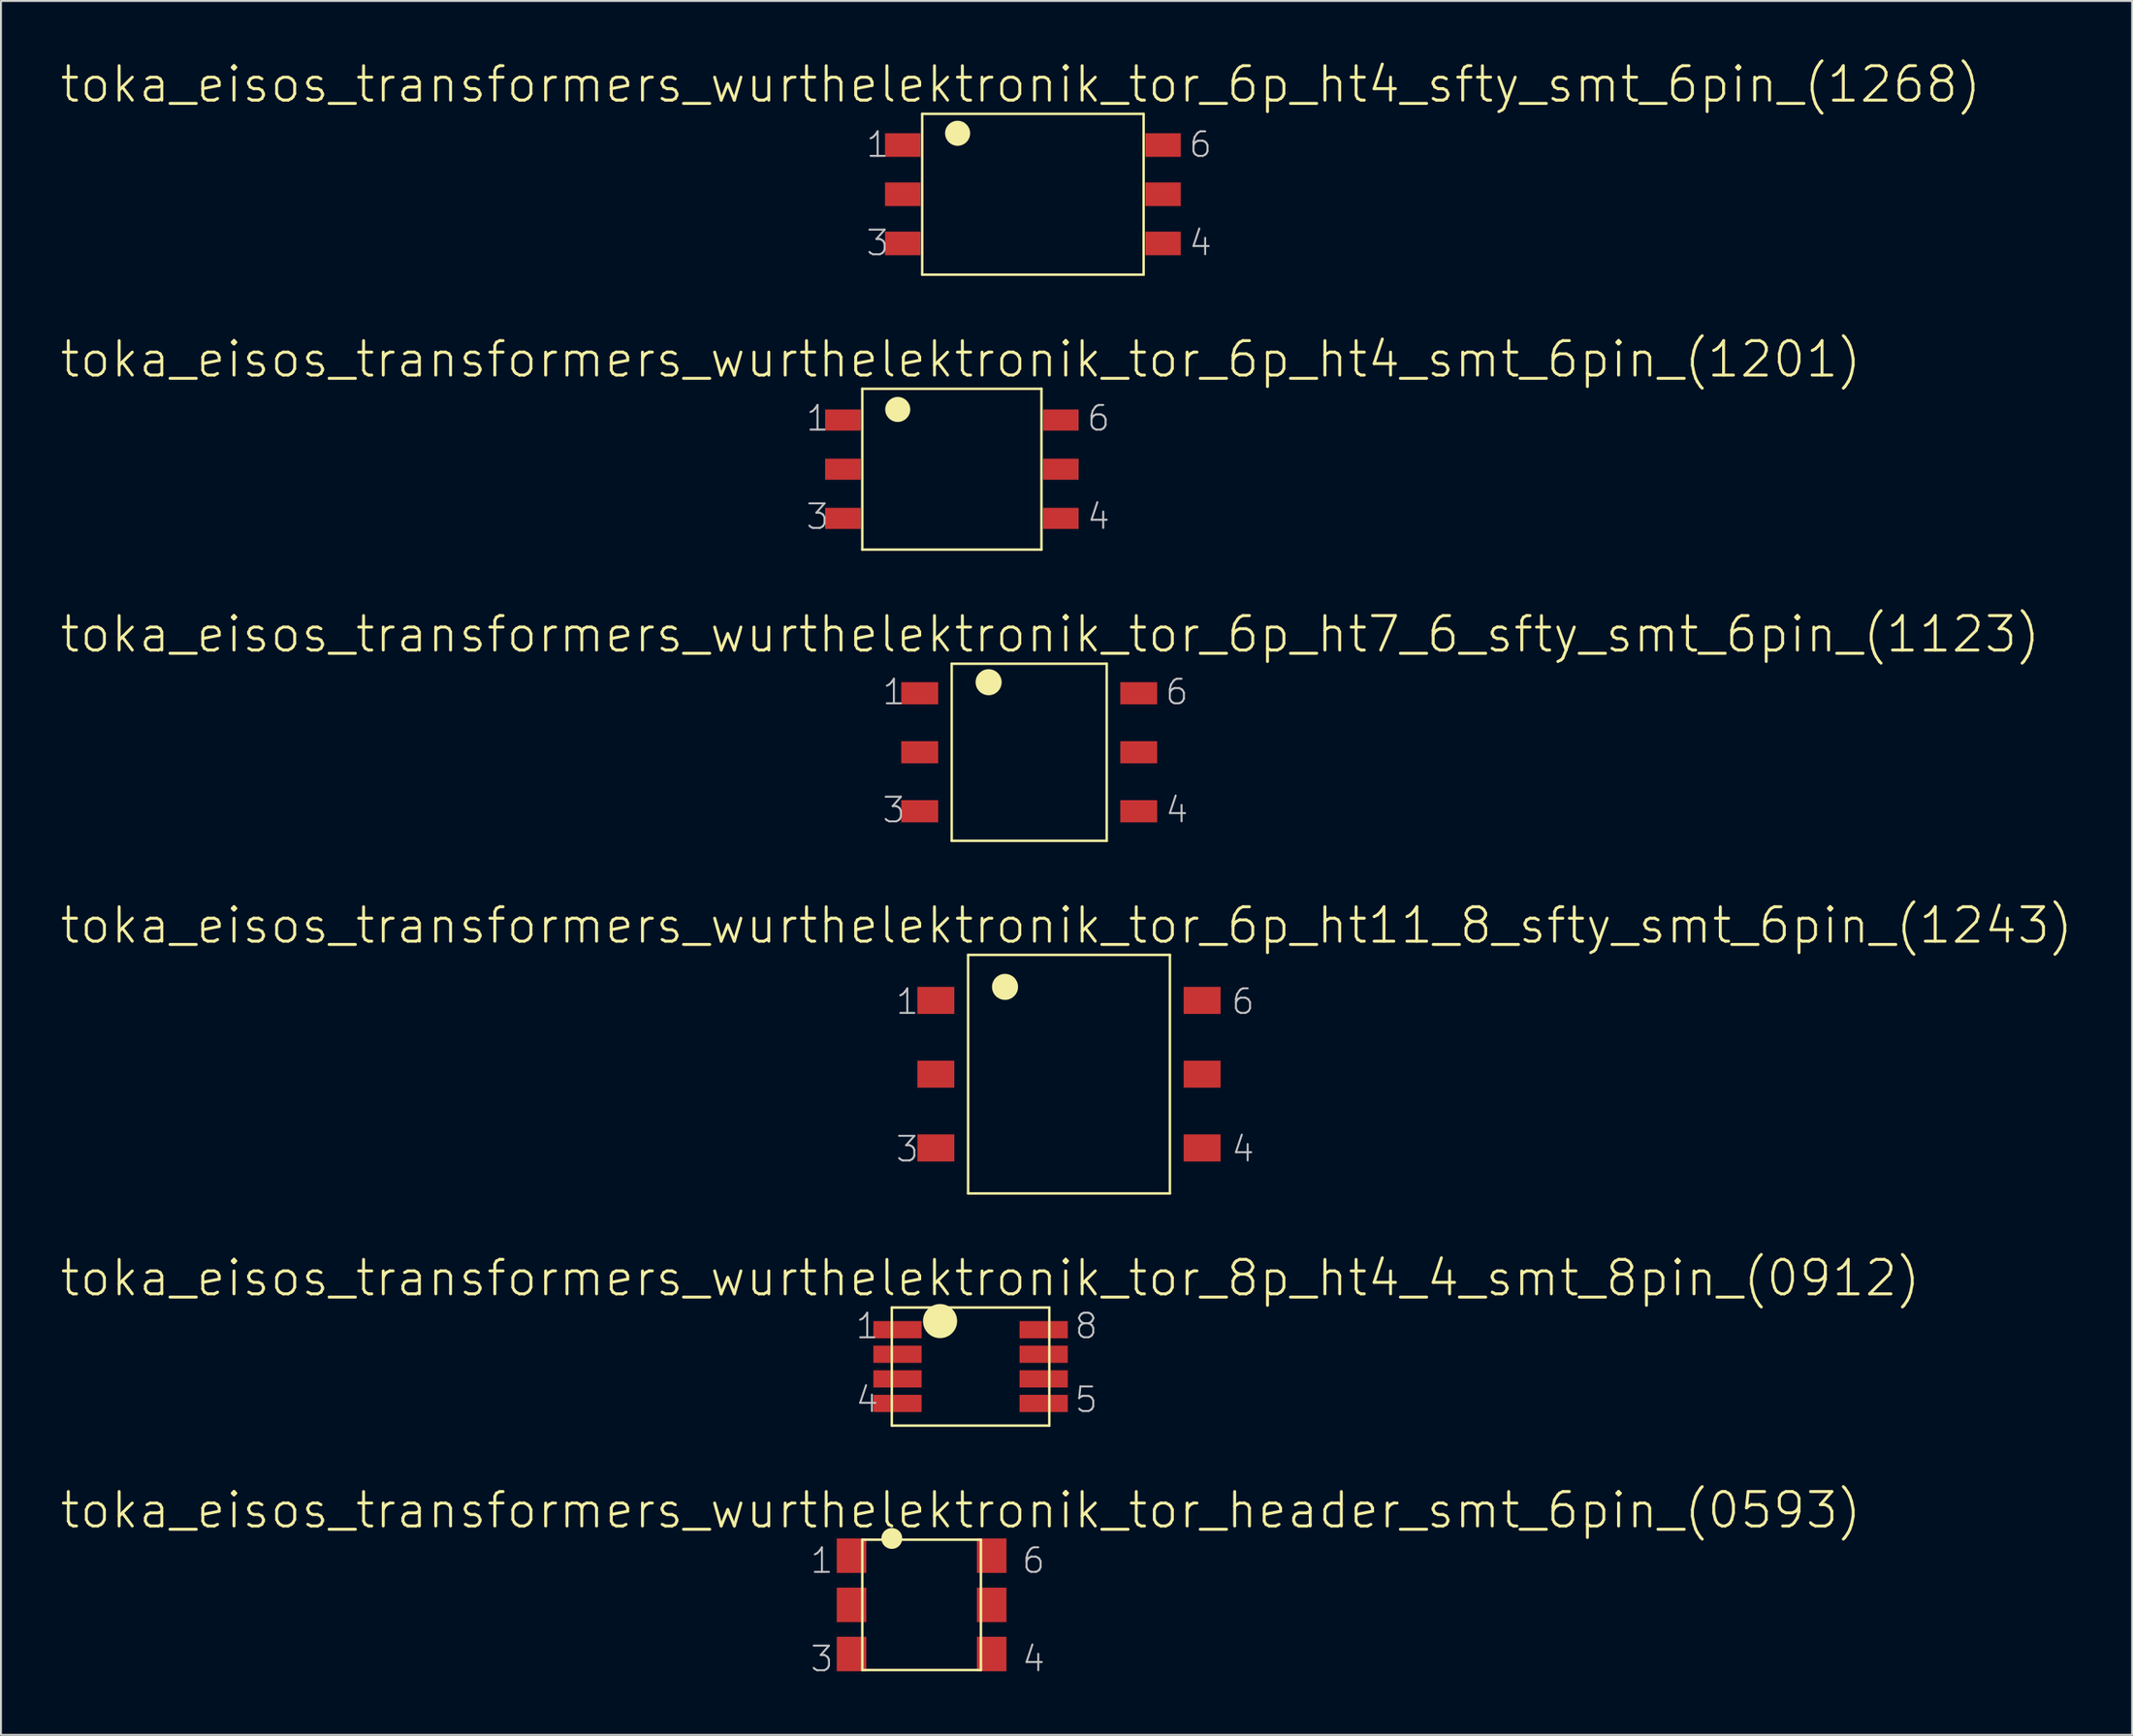
<source format=kicad_pcb>
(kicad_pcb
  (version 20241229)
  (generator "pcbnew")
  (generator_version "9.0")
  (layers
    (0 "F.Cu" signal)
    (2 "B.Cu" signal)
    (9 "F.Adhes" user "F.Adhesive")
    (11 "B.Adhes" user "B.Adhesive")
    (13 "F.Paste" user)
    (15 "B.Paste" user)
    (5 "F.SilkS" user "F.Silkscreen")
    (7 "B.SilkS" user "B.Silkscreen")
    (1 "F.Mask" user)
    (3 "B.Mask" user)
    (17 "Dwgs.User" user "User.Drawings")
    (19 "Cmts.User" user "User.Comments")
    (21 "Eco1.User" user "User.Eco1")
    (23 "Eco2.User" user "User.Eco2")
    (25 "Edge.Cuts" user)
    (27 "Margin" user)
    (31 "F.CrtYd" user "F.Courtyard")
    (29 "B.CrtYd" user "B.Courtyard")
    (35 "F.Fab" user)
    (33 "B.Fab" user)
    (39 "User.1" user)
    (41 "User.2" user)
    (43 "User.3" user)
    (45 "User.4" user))
  (footprint "toka_eisos_transformers_wurthelektronik_tor_6p_ht4_sfty_smt_6pin_(1268)"
    (layer "F.Cu")
    (at 50.258 6.984)
    (property "Reference" "toka_eisos_transformers_wurthelektronik_tor_6p_ht4_sfty_smt_6pin_(1268)" (at -0.635 -5.677 0) (layer "F.SilkS") (effects (font (size 1.778 1.778) (thickness 0.152))))
    (attr smd)
    (fp_line (start -5.715 -4.153) (end -5.715 4.153) (stroke (width 0.127) (type solid)) (layer "F.SilkS"))
    (fp_line (start -5.715 -4.153) (end 5.715 -4.153) (stroke (width 0.127) (type solid)) (layer "F.SilkS"))
    (fp_line (start -5.715 4.153) (end 5.715 4.153) (stroke (width 0.127) (type solid)) (layer "F.SilkS"))
    (fp_line (start 5.715 -4.153) (end 5.715 4.153) (stroke (width 0.127) (type solid)) (layer "F.SilkS"))
    (fp_circle (center -3.886 -3.15) (end -4.343 -3.607) (stroke (width 0) (type solid)) (fill yes) (layer "F.SilkS"))
    (fp_text user "4" (at 8.649 2.515 0) (layer "Dwgs.User") (effects (font (size 1.27 1.27) (thickness 0.102))))
    (fp_text user "1" (at -8.014 -2.565 0) (layer "Dwgs.User") (effects (font (size 1.27 1.27) (thickness 0.102))))
    (fp_text user "3" (at -8.014 2.515 0) (layer "Dwgs.User") (effects (font (size 1.27 1.27) (thickness 0.102))))
    (fp_text user "6" (at 8.649 -2.565 0) (layer "Dwgs.User") (effects (font (size 1.27 1.27) (thickness 0.102))))
    (pad "1" smd rect (at -6.718 -2.54) (size 1.829 1.219) (layers "F.Cu" "F.Mask" "F.Paste"))
    (pad "2" smd rect (at -6.718 0) (size 1.829 1.219) (layers "F.Cu" "F.Mask" "F.Paste"))
    (pad "3" smd rect (at -6.718 2.54) (size 1.829 1.219) (layers "F.Cu" "F.Mask" "F.Paste"))
    (pad "4" smd rect (at 6.718 2.54) (size 1.829 1.219) (layers "F.Cu" "F.Mask" "F.Paste"))
    (pad "5" smd rect (at 6.718 0) (size 1.829 1.219) (layers "F.Cu" "F.Mask" "F.Paste"))
    (pad "6" smd rect (at 6.718 -2.54) (size 1.829 1.219) (layers "F.Cu" "F.Mask" "F.Paste")))
  (footprint "toka_eisos_transformers_wurthelektronik_tor_6p_ht7_6_sfty_smt_6pin_(1123)"
    (layer "F.Cu")
    (at 50.068 35.805)
    (property "Reference" "toka_eisos_transformers_wurthelektronik_tor_6p_ht7_6_sfty_smt_6pin_(1123)" (at 1.079 -6.096 0) (layer "F.SilkS") (effects (font (size 1.778 1.778) (thickness 0.152))))
    (attr smd)
    (fp_line (start -4 -4.572) (end -4 4.572) (stroke (width 0.127) (type solid)) (layer "F.SilkS"))
    (fp_line (start -4 -4.572) (end 4 -4.572) (stroke (width 0.127) (type solid)) (layer "F.SilkS"))
    (fp_line (start -4 4.572) (end 4 4.572) (stroke (width 0.127) (type solid)) (layer "F.SilkS"))
    (fp_line (start 4 -4.572) (end 4 4.572) (stroke (width 0.127) (type solid)) (layer "F.SilkS"))
    (fp_circle (center -2.095 -3.617) (end -2.57 -4.092) (stroke (width 0) (type solid)) (fill yes) (layer "F.SilkS"))
    (fp_text user "6" (at 7.62 -3.111 0) (layer "Dwgs.User") (effects (font (size 1.27 1.27) (thickness 0.102))))
    (fp_text user "3" (at -6.985 2.985 0) (layer "Dwgs.User") (effects (font (size 1.27 1.27) (thickness 0.102))))
    (fp_text user "4" (at 7.62 2.985 0) (layer "Dwgs.User") (effects (font (size 1.27 1.27) (thickness 0.102))))
    (fp_text user "1" (at -6.985 -3.111 0) (layer "Dwgs.User") (effects (font (size 1.27 1.27) (thickness 0.102))))
    (pad "1" smd rect (at -5.652 -3.048) (size 1.905 1.143) (layers "F.Cu" "F.Mask" "F.Paste"))
    (pad "2" smd rect (at -5.652 0) (size 1.905 1.143) (layers "F.Cu" "F.Mask" "F.Paste"))
    (pad "3" smd rect (at -5.652 3.048) (size 1.905 1.143) (layers "F.Cu" "F.Mask" "F.Paste"))
    (pad "4" smd rect (at 5.652 3.048) (size 1.905 1.143) (layers "F.Cu" "F.Mask" "F.Paste"))
    (pad "5" smd rect (at 5.652 0) (size 1.905 1.143) (layers "F.Cu" "F.Mask" "F.Paste"))
    (pad "6" smd rect (at 5.652 -3.048) (size 1.905 1.143) (layers "F.Cu" "F.Mask" "F.Paste")))
  (footprint "toka_eisos_transformers_wurthelektronik_tor_6p_ht11_8_sfty_smt_6pin_(1243)"
    (layer "F.Cu")
    (at 52.121 52.432)
    (property "Reference" "toka_eisos_transformers_wurthelektronik_tor_6p_ht11_8_sfty_smt_6pin_(1243)" (at -0.127 -7.684 0) (layer "F.SilkS") (effects (font (size 1.778 1.778) (thickness 0.152))))
    (attr smd)
    (fp_line (start -5.207 -6.16) (end -5.207 6.16) (stroke (width 0.127) (type solid)) (layer "F.SilkS"))
    (fp_line (start -5.207 -6.16) (end 5.207 -6.16) (stroke (width 0.127) (type solid)) (layer "F.SilkS"))
    (fp_line (start -5.207 6.16) (end 5.207 6.16) (stroke (width 0.127) (type solid)) (layer "F.SilkS"))
    (fp_line (start 5.207 -6.16) (end 5.207 6.16) (stroke (width 0.127) (type solid)) (layer "F.SilkS"))
    (fp_circle (center -3.302 -4.508) (end -3.777 -4.983) (stroke (width 0) (type solid)) (fill yes) (layer "F.SilkS"))
    (fp_text user "6" (at 8.979 -3.747 0) (layer "Dwgs.User") (effects (font (size 1.27 1.27) (thickness 0.102))))
    (fp_text user "4" (at 8.979 3.873 0) (layer "Dwgs.User") (effects (font (size 1.27 1.27) (thickness 0.102))))
    (fp_text user "1" (at -8.344 -3.747 0) (layer "Dwgs.User") (effects (font (size 1.27 1.27) (thickness 0.102))))
    (fp_text user "3" (at -8.344 3.873 0) (layer "Dwgs.User") (effects (font (size 1.27 1.27) (thickness 0.102))))
    (pad "1" smd rect (at -6.871 -3.81) (size 1.905 1.397) (layers "F.Cu" "F.Mask" "F.Paste"))
    (pad "2" smd rect (at -6.871 0) (size 1.905 1.397) (layers "F.Cu" "F.Mask" "F.Paste"))
    (pad "3" smd rect (at -6.871 3.81) (size 1.905 1.397) (layers "F.Cu" "F.Mask" "F.Paste"))
    (pad "4" smd rect (at 6.871 3.81) (size 1.905 1.397) (layers "F.Cu" "F.Mask" "F.Paste"))
    (pad "5" smd rect (at 6.871 0) (size 1.905 1.397) (layers "F.Cu" "F.Mask" "F.Paste"))
    (pad "6" smd rect (at 6.871 -3.81) (size 1.905 1.397) (layers "F.Cu" "F.Mask" "F.Paste")))
  (footprint "toka_eisos_transformers_wurthelektronik_tor_header_smt_6pin_(0593)"
    (layer "F.Cu")
    (at 44.514 79.843)
    (property "Reference" "toka_eisos_transformers_wurthelektronik_tor_header_smt_6pin_(0593)" (at 2.019 -4.889 0) (layer "F.SilkS") (effects (font (size 1.778 1.778) (thickness 0.152))))
    (attr smd)
    (fp_line (start -3.061 -3.365) (end -3.061 3.365) (stroke (width 0.127) (type solid)) (layer "F.SilkS"))
    (fp_line (start -3.061 -3.365) (end 3.061 -3.365) (stroke (width 0.127) (type solid)) (layer "F.SilkS"))
    (fp_line (start -3.061 3.365) (end 3.061 3.365) (stroke (width 0.127) (type solid)) (layer "F.SilkS"))
    (fp_line (start 3.061 -3.365) (end 3.061 3.365) (stroke (width 0.127) (type solid)) (layer "F.SilkS"))
    (fp_circle (center -1.537 -3.429) (end -1.918 -3.81) (stroke (width 0) (type solid)) (fill yes) (layer "F.SilkS"))
    (fp_text user "3" (at -5.144 2.794 0) (layer "Dwgs.User") (effects (font (size 1.27 1.27) (thickness 0.102))))
    (fp_text user "6" (at 5.779 -2.286 0) (layer "Dwgs.User") (effects (font (size 1.27 1.27) (thickness 0.102))))
    (fp_text user "1" (at -5.144 -2.286 0) (layer "Dwgs.User") (effects (font (size 1.27 1.27) (thickness 0.102))))
    (fp_text user "4" (at 5.779 2.794 0) (layer "Dwgs.User") (effects (font (size 1.27 1.27) (thickness 0.102))))
    (pad "1" smd rect (at -3.617 -2.54) (size 1.524 1.778) (layers "F.Cu" "F.Mask" "F.Paste"))
    (pad "2" smd rect (at -3.617 0) (size 1.524 1.778) (layers "F.Cu" "F.Mask" "F.Paste"))
    (pad "3" smd rect (at -3.617 2.54) (size 1.524 1.778) (layers "F.Cu" "F.Mask" "F.Paste"))
    (pad "4" smd rect (at 3.617 2.54) (size 1.524 1.778) (layers "F.Cu" "F.Mask" "F.Paste"))
    (pad "5" smd rect (at 3.617 0) (size 1.524 1.778) (layers "F.Cu" "F.Mask" "F.Paste"))
    (pad "6" smd rect (at 3.617 -2.54) (size 1.524 1.778) (layers "F.Cu" "F.Mask" "F.Paste")))
  (footprint "toka_eisos_transformers_wurthelektronik_tor_8p_ht4_4_smt_8pin_(0912)"
    (layer "F.Cu")
    (at 47.041 67.535)
    (property "Reference" "toka_eisos_transformers_wurthelektronik_tor_8p_ht4_4_smt_8pin_(0912)" (at 1.016 -4.572 0) (layer "F.SilkS") (effects (font (size 1.778 1.778) (thickness 0.152))))
    (attr smd)
    (fp_line (start -4.064 -3.048) (end -4.064 3.048) (stroke (width 0.127) (type solid)) (layer "F.SilkS"))
    (fp_line (start -4.064 -3.048) (end 4.064 -3.048) (stroke (width 0.127) (type solid)) (layer "F.SilkS"))
    (fp_line (start -4.064 3.048) (end 4.064 3.048) (stroke (width 0.127) (type solid)) (layer "F.SilkS"))
    (fp_line (start 4.064 -3.048) (end 4.064 3.048) (stroke (width 0.127) (type solid)) (layer "F.SilkS"))
    (fp_circle (center -1.575 -2.349) (end -2.197 -2.972) (stroke (width 0) (type solid)) (fill yes) (layer "F.SilkS"))
    (fp_text user "8" (at 5.969 -2.095 0) (layer "Dwgs.User") (effects (font (size 1.27 1.27) (thickness 0.102))))
    (fp_text user "4" (at -5.334 1.714 0) (layer "Dwgs.User") (effects (font (size 1.27 1.27) (thickness 0.102))))
    (fp_text user "5" (at 5.969 1.714 0) (layer "Dwgs.User") (effects (font (size 1.27 1.27) (thickness 0.102))))
    (fp_text user "1" (at -5.334 -2.095 0) (layer "Dwgs.User") (effects (font (size 1.27 1.27) (thickness 0.102))))
    (pad "1" smd rect (at -3.772 -1.905) (size 2.489 0.889) (layers "F.Cu" "F.Mask" "F.Paste"))
    (pad "2" smd rect (at -3.772 -0.635) (size 2.489 0.889) (layers "F.Cu" "F.Mask" "F.Paste"))
    (pad "3" smd rect (at -3.772 0.635) (size 2.489 0.889) (layers "F.Cu" "F.Mask" "F.Paste"))
    (pad "4" smd rect (at -3.772 1.905) (size 2.489 0.889) (layers "F.Cu" "F.Mask" "F.Paste"))
    (pad "5" smd rect (at 3.772 1.905) (size 2.489 0.889) (layers "F.Cu" "F.Mask" "F.Paste"))
    (pad "6" smd rect (at 3.772 0.635) (size 2.489 0.889) (layers "F.Cu" "F.Mask" "F.Paste"))
    (pad "7" smd rect (at 3.772 -0.635) (size 2.489 0.889) (layers "F.Cu" "F.Mask" "F.Paste"))
    (pad "8" smd rect (at 3.772 -1.905) (size 2.489 0.889) (layers "F.Cu" "F.Mask" "F.Paste")))
  (footprint "toka_eisos_transformers_wurthelektronik_tor_6p_ht4_smt_6pin_(1201)"
    (layer "F.Cu")
    (at 46.076 21.185)
    (property "Reference" "toka_eisos_transformers_wurthelektronik_tor_6p_ht4_smt_6pin_(1201)" (at 0.457 -5.677 0) (layer "F.SilkS") (effects (font (size 1.778 1.778) (thickness 0.152))))
    (attr smd)
    (fp_line (start -4.623 -4.153) (end -4.623 4.153) (stroke (width 0.127) (type solid)) (layer "F.SilkS"))
    (fp_line (start -4.623 -4.153) (end 4.623 -4.153) (stroke (width 0.127) (type solid)) (layer "F.SilkS"))
    (fp_line (start -4.623 4.153) (end 4.623 4.153) (stroke (width 0.127) (type solid)) (layer "F.SilkS"))
    (fp_line (start 4.623 -4.153) (end 4.623 4.153) (stroke (width 0.127) (type solid)) (layer "F.SilkS"))
    (fp_circle (center -2.794 -3.086) (end -3.251 -3.543) (stroke (width 0) (type solid)) (fill yes) (layer "F.SilkS"))
    (fp_text user "4" (at 7.569 2.451 0) (layer "Dwgs.User") (effects (font (size 1.27 1.27) (thickness 0.102))))
    (fp_text user "3" (at -6.934 2.451 0) (layer "Dwgs.User") (effects (font (size 1.27 1.27) (thickness 0.102))))
    (fp_text user "6" (at 7.569 -2.629 0) (layer "Dwgs.User") (effects (font (size 1.27 1.27) (thickness 0.102))))
    (fp_text user "1" (at -6.934 -2.629 0) (layer "Dwgs.User") (effects (font (size 1.27 1.27) (thickness 0.102))))
    (pad "1" smd rect (at -5.626 -2.54) (size 1.829 1.09) (layers "F.Cu" "F.Mask" "F.Paste"))
    (pad "2" smd rect (at -5.626 0) (size 1.829 1.09) (layers "F.Cu" "F.Mask" "F.Paste"))
    (pad "3" smd rect (at -5.626 2.54) (size 1.829 1.09) (layers "F.Cu" "F.Mask" "F.Paste"))
    (pad "4" smd rect (at 5.626 2.54) (size 1.829 1.09) (layers "F.Cu" "F.Mask" "F.Paste"))
    (pad "5" smd rect (at 5.626 0) (size 1.829 1.09) (layers "F.Cu" "F.Mask" "F.Paste"))
    (pad "6" smd rect (at 5.626 -2.54) (size 1.829 1.09) (layers "F.Cu" "F.Mask" "F.Paste")))
  (gr_rect
    (start -3 -3)
    (end 106.988 86.558)
    (stroke (width 0.1) (type default))
    (fill no)
    (layer "Edge.Cuts")))
</source>
